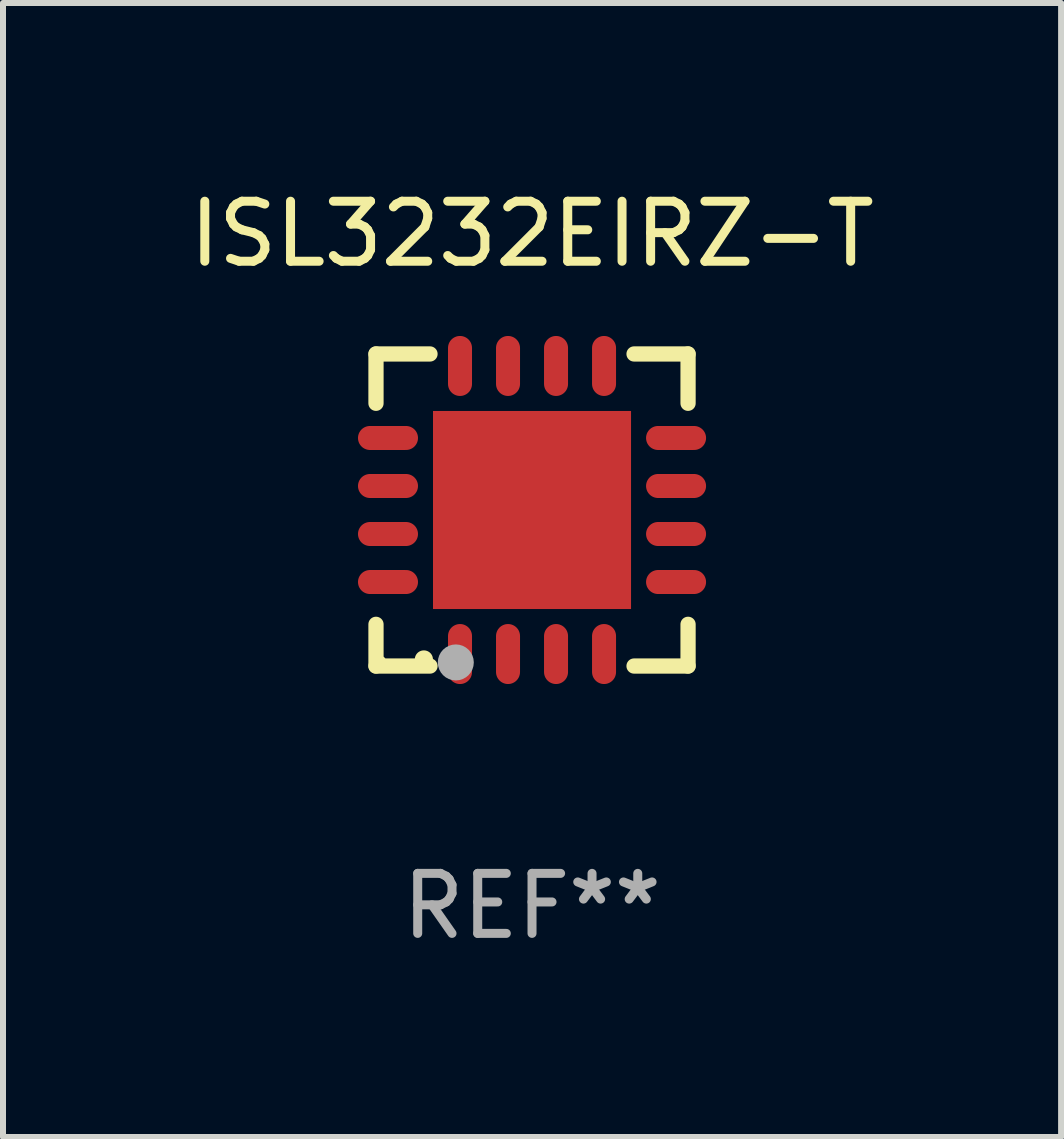
<source format=kicad_pcb>
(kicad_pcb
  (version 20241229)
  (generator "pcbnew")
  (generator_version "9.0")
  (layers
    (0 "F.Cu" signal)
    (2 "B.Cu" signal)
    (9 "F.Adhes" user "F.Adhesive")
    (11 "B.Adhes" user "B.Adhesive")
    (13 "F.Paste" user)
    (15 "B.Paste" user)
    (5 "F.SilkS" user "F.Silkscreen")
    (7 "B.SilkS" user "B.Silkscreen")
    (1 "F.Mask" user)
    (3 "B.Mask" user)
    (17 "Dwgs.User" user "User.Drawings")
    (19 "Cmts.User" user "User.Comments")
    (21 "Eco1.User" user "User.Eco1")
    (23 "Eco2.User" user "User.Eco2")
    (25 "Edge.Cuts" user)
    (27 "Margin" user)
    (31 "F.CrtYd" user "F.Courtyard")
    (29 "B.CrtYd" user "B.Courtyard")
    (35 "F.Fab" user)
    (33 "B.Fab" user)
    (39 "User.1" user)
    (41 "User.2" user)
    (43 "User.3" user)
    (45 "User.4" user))
  (footprint "ISL3232EIRZ-T"
    (layer "F.Cu")
    (at 5.815 5.448)
    (property "Reference" "ISL3232EIRZ-T" (at 0 -4.6 0) (layer "F.SilkS") (effects (font (size 1 1) (thickness 0.15))))
    (attr through_hole)
    (fp_line (start -2.6 -2.6) (end -2.6 -1.778) (stroke (width 0.254) (type solid)) (layer "F.SilkS"))
    (fp_line (start -2.6 2.6) (end -2.6 1.905) (stroke (width 0.254) (type solid)) (layer "F.SilkS"))
    (fp_line (start -1.7 -2.6) (end -2.6 -2.6) (stroke (width 0.254) (type solid)) (layer "F.SilkS"))
    (fp_line (start -1.7 2.6) (end -2.6 2.6) (stroke (width 0.254) (type solid)) (layer "F.SilkS"))
    (fp_line (start 1.7 -2.6) (end 2.6 -2.6) (stroke (width 0.254) (type solid)) (layer "F.SilkS"))
    (fp_line (start 1.7 2.6) (end 2.6 2.6) (stroke (width 0.254) (type solid)) (layer "F.SilkS"))
    (fp_line (start 2.6 -2.6) (end 2.6 -1.778) (stroke (width 0.254) (type solid)) (layer "F.SilkS"))
    (fp_line (start 2.6 2.6) (end 2.6 1.905) (stroke (width 0.254) (type solid)) (layer "F.SilkS"))
    (fp_arc (start -1.803404 2.489205) (mid -1.802134 2.4892) (end -1.800864 2.489205) (stroke (width 0.3) (type solid)) (layer "F.SilkS"))
    (fp_circle (center -2.5 2.5) (end -2.47 2.5) (stroke (width 0.06) (type solid)) (fill no) (layer "F.SilkS"))
    (fp_circle (center -1.27 2.54) (end -1.12 2.54) (stroke (width 0.3) (type solid)) (fill no) (layer "F.Fab"))
    (fp_text user "REF**" (at 0 6.6 0) (layer "F.Fab") (effects (font (size 1 1) (thickness 0.15))))
    (pad "1" smd oval (at -1.2 2.4) (size 0.4 1) (layers "F.Cu" "F.Mask" "F.Paste"))
    (pad "2" smd oval (at -0.4 2.4) (size 0.4 1) (layers "F.Cu" "F.Mask" "F.Paste"))
    (pad "3" smd oval (at 0.4 2.4) (size 0.4 1) (layers "F.Cu" "F.Mask" "F.Paste"))
    (pad "4" smd oval (at 1.2 2.4) (size 0.4 1) (layers "F.Cu" "F.Mask" "F.Paste"))
    (pad "5" smd oval (at 2.4 1.2 90) (size 0.4 1) (layers "F.Cu" "F.Mask" "F.Paste"))
    (pad "6" smd oval (at 2.4 0.4 90) (size 0.4 1) (layers "F.Cu" "F.Mask" "F.Paste"))
    (pad "7" smd oval (at 2.4 -0.4 90) (size 0.4 1) (layers "F.Cu" "F.Mask" "F.Paste"))
    (pad "8" smd oval (at 2.4 -1.2 90) (size 0.4 1) (layers "F.Cu" "F.Mask" "F.Paste"))
    (pad "9" smd oval (at 1.2 -2.4) (size 0.4 1) (layers "F.Cu" "F.Mask" "F.Paste"))
    (pad "10" smd oval (at 0.4 -2.4) (size 0.4 1) (layers "F.Cu" "F.Mask" "F.Paste"))
    (pad "11" smd oval (at -0.4 -2.4) (size 0.4 1) (layers "F.Cu" "F.Mask" "F.Paste"))
    (pad "12" smd oval (at -1.2 -2.4) (size 0.4 1) (layers "F.Cu" "F.Mask" "F.Paste"))
    (pad "13" smd oval (at -2.4 -1.2 90) (size 0.4 1) (layers "F.Cu" "F.Mask" "F.Paste"))
    (pad "14" smd oval (at -2.4 -0.4 90) (size 0.4 1) (layers "F.Cu" "F.Mask" "F.Paste"))
    (pad "15" smd oval (at -2.4 0.4 90) (size 0.4 1) (layers "F.Cu" "F.Mask" "F.Paste"))
    (pad "16" smd oval (at -2.4 1.2 90) (size 0.4 1) (layers "F.Cu" "F.Mask" "F.Paste"))
    (pad "17" smd rect (at 0 0 90) (size 3.3 3.3) (layers "F.Cu" "F.Mask" "F.Paste")))
  (gr_rect
    (start -3 -3)
    (end 14.631 15.896)
    (stroke (width 0.1) (type default))
    (fill no)
    (layer "Edge.Cuts")))
</source>
